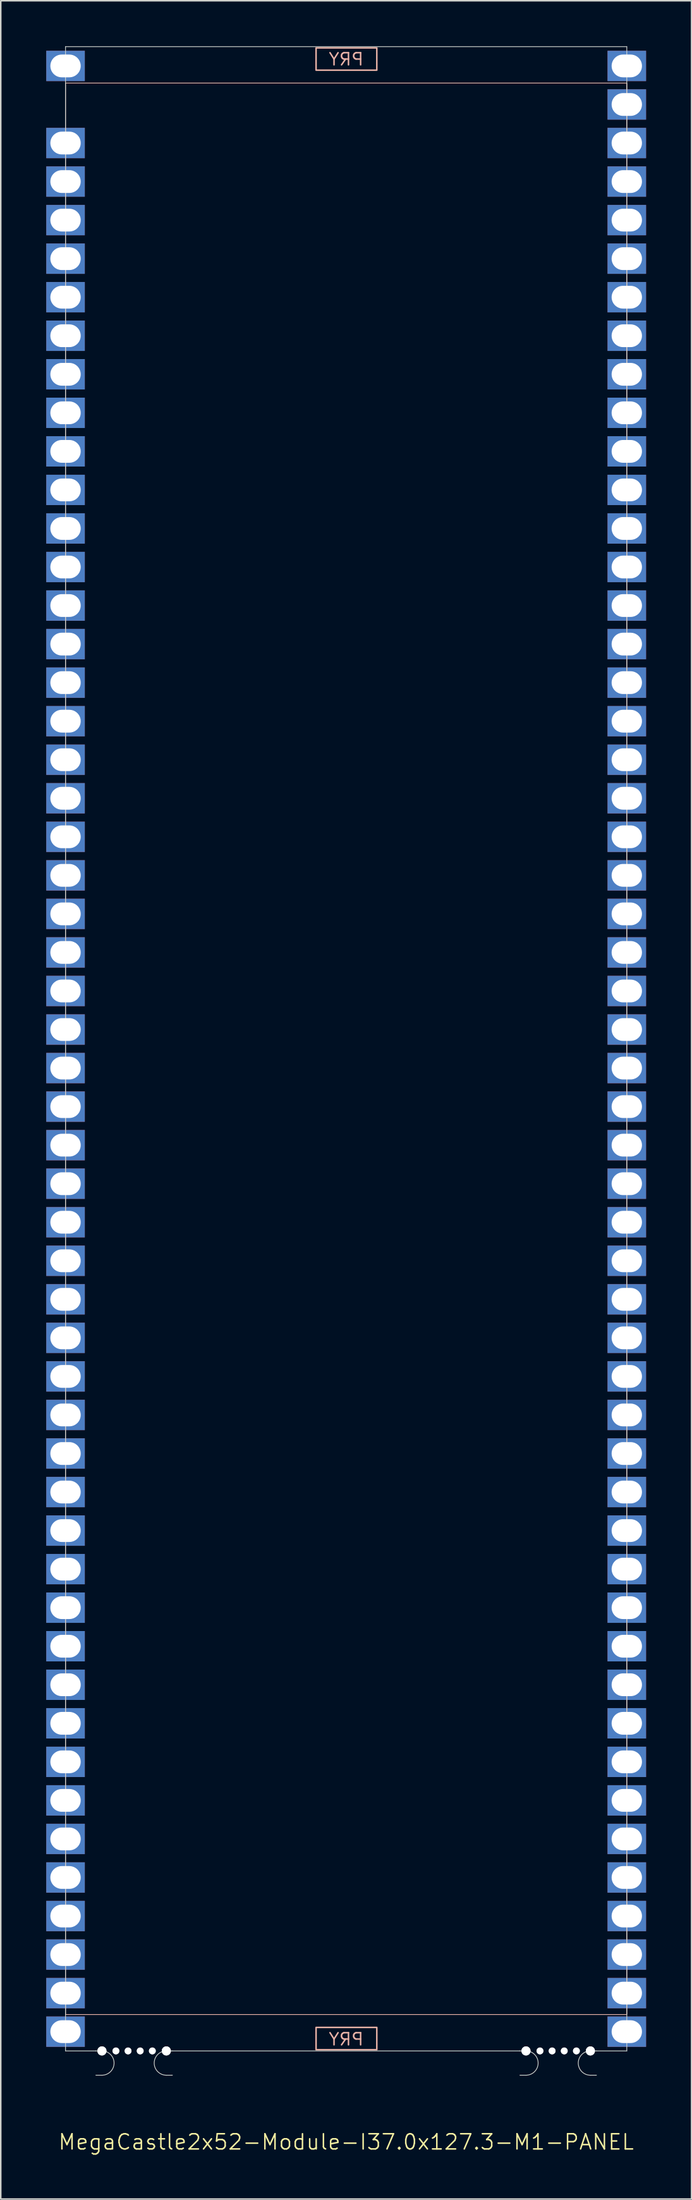
<source format=kicad_pcb>
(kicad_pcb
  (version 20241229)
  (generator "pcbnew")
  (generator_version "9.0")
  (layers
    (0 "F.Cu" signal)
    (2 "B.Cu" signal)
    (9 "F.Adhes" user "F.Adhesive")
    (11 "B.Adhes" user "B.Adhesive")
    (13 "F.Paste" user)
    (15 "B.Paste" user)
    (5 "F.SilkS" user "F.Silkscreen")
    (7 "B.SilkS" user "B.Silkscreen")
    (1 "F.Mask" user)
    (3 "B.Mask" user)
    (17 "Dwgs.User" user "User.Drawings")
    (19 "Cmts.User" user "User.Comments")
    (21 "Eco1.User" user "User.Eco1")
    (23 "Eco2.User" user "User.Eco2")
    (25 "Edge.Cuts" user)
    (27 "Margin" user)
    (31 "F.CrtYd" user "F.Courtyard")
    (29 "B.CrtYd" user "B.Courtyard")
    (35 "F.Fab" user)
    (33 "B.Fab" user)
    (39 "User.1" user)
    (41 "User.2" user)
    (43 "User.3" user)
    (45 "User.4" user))
  (footprint "MegaCastle2x52-Module-I37.0x127.3-M1-PANEL"
    (layer "F.Cu")
    (at 19.77 66.065)
    (property "Reference" "MegaCastle2x52-Module-I37.0x127.3-M1-PANEL" (at 0 72.04 0) (unlocked yes) (layer "F.SilkS") (effects (font (size 1 1) (thickness 0.1))))
    (attr smd)
    (fp_rect (start -18.5 63.64) (end 18.5 -63.64) (stroke (width 0.05) (type default)) (fill no) (layer "B.SilkS"))
    (fp_rect (start -1.984 -64.491) (end 2.02 -65.96) (stroke (width 0.1) (type default)) (fill no) (layer "B.SilkS"))
    (fp_rect (start -1.984 64.491) (end 2.02 65.96) (stroke (width 0.1) (type default)) (fill no) (layer "B.SilkS"))
    (fp_line (start -18.5 -66.04) (end -18.5 66.04) (stroke (width 0.05) (type default)) (layer "Edge.Cuts"))
    (fp_line (start -18.5 -66.04) (end 18.5 -66.04) (stroke (width 0.05) (type default)) (layer "Edge.Cuts"))
    (fp_line (start -18.5 66.04) (end -16.5 66.04) (stroke (width 0.05) (type default)) (layer "Edge.Cuts"))
    (fp_line (start -16.5 66.04) (end -16.1 66.04) (stroke (width 0.05) (type default)) (layer "Edge.Cuts"))
    (fp_line (start -16.5 67.64) (end -16.1 67.64) (stroke (width 0.05) (type default)) (layer "Edge.Cuts"))
    (fp_line (start -11.455 66.04) (end -11.855 66.04) (stroke (width 0.05) (type default)) (layer "Edge.Cuts"))
    (fp_line (start -11.455 66.04) (end 11.455 66.04) (stroke (width 0.05) (type default)) (layer "Edge.Cuts"))
    (fp_line (start -11.455 67.64) (end -11.855 67.64) (stroke (width 0.05) (type default)) (layer "Edge.Cuts"))
    (fp_line (start 11.455 66.04) (end 11.855 66.04) (stroke (width 0.05) (type default)) (layer "Edge.Cuts"))
    (fp_line (start 11.455 67.64) (end 11.855 67.64) (stroke (width 0.05) (type default)) (layer "Edge.Cuts"))
    (fp_line (start 16.5 66.04) (end 16.1 66.04) (stroke (width 0.05) (type default)) (layer "Edge.Cuts"))
    (fp_line (start 16.5 66.04) (end 18.5 66.04) (stroke (width 0.05) (type default)) (layer "Edge.Cuts"))
    (fp_line (start 16.5 67.64) (end 16.1 67.64) (stroke (width 0.05) (type default)) (layer "Edge.Cuts"))
    (fp_line (start 18.5 -66.04) (end 18.5 66.04) (stroke (width 0.05) (type default)) (layer "Edge.Cuts"))
    (fp_arc (start -16.1 66.040001) (mid -15.3 66.839996) (end -16.1 67.639999) (stroke (width 0.05) (type default)) (layer "Edge.Cuts"))
    (fp_arc (start -11.855 67.639999) (mid -12.655 66.84) (end -11.855 66.040001) (stroke (width 0.05) (type default)) (layer "Edge.Cuts"))
    (fp_arc (start 11.855 66.040001) (mid 12.655 66.839996) (end 11.855 67.639999) (stroke (width 0.05) (type default)) (layer "Edge.Cuts"))
    (fp_arc (start 16.1 67.639999) (mid 15.300001 66.84) (end 16.1 66.040001) (stroke (width 0.05) (type default)) (layer "Edge.Cuts"))
    (fp_text user "PRY" (at 0 -64.74 0) (unlocked yes) (layer "B.SilkS") (effects (font (size 0.8 0.8) (thickness 0.1)) (justify bottom mirror)))
    (fp_text user "PRY" (at 0 65.74 0) (unlocked yes) (layer "B.SilkS") (effects (font (size 0.8 0.8) (thickness 0.1)) (justify bottom mirror)))
    (pad "" np_thru_hole circle (at -16.1 66.04) (size 0.6 0.6) (drill 0.6) (layers "*.Cu" "Edge.Cuts"))
    (pad "" np_thru_hole circle (at -15.178 66.04) (size 0.45 0.45) (drill 0.45) (layers "*.Cu" "Edge.Cuts"))
    (pad "" np_thru_hole circle (at -14.378 66.04) (size 0.45 0.45) (drill 0.45) (layers "*.Cu" "Edge.Cuts"))
    (pad "" np_thru_hole circle (at -13.578 66.04) (size 0.45 0.45) (drill 0.45) (layers "*.Cu" "Edge.Cuts"))
    (pad "" np_thru_hole circle (at -12.777 66.04) (size 0.45 0.45) (drill 0.45) (layers "*.Cu" "Edge.Cuts"))
    (pad "" np_thru_hole circle (at -11.855 66.04) (size 0.6 0.6) (drill 0.6) (layers "*.Cu" "Edge.Cuts"))
    (pad "" np_thru_hole circle (at 11.855 66.04) (size 0.6 0.6) (drill 0.6) (layers "*.Cu" "Edge.Cuts"))
    (pad "" np_thru_hole circle (at 12.777 66.04) (size 0.45 0.45) (drill 0.45) (layers "*.Cu" "Edge.Cuts"))
    (pad "" np_thru_hole circle (at 13.577 66.04) (size 0.45 0.45) (drill 0.45) (layers "*.Cu" "Edge.Cuts"))
    (pad "" np_thru_hole circle (at 14.377 66.04) (size 0.45 0.45) (drill 0.45) (layers "*.Cu" "Edge.Cuts"))
    (pad "" np_thru_hole circle (at 15.178 66.04) (size 0.45 0.45) (drill 0.45) (layers "*.Cu" "Edge.Cuts"))
    (pad "" np_thru_hole circle (at 16.1 66.04) (size 0.6 0.6) (drill 0.6) (layers "*.Cu" "Edge.Cuts"))
    (pad "1" thru_hole rect (at -18.5 -64.77) (size 2.54 2) (drill oval 2 1.5) (property pad_prop_castellated) (layers "*.Cu" "*.Mask"))
    (pad "3" thru_hole rect (at -18.5 -59.69) (size 2.54 2) (drill oval 2 1.5) (property pad_prop_castellated) (layers "*.Cu" "*.Mask"))
    (pad "4" thru_hole rect (at -18.5 -57.15) (size 2.54 2) (drill oval 2 1.5) (property pad_prop_castellated) (layers "*.Cu" "*.Mask"))
    (pad "5" thru_hole rect (at -18.5 -54.61) (size 2.54 2) (drill oval 2 1.5) (property pad_prop_castellated) (layers "*.Cu" "*.Mask"))
    (pad "6" thru_hole rect (at -18.5 -52.07) (size 2.54 2) (drill oval 2 1.5) (property pad_prop_castellated) (layers "*.Cu" "*.Mask"))
    (pad "7" thru_hole rect (at -18.5 -49.53) (size 2.54 2) (drill oval 2 1.5) (property pad_prop_castellated) (layers "*.Cu" "*.Mask"))
    (pad "8" thru_hole rect (at -18.5 -46.99) (size 2.54 2) (drill oval 2 1.5) (property pad_prop_castellated) (layers "*.Cu" "*.Mask"))
    (pad "9" thru_hole rect (at -18.5 -44.45) (size 2.54 2) (drill oval 2 1.5) (property pad_prop_castellated) (layers "*.Cu" "*.Mask"))
    (pad "10" thru_hole rect (at -18.5 -41.91) (size 2.54 2) (drill oval 2 1.5) (property pad_prop_castellated) (layers "*.Cu" "*.Mask"))
    (pad "11" thru_hole rect (at -18.5 -39.37) (size 2.54 2) (drill oval 2 1.5) (property pad_prop_castellated) (layers "*.Cu" "*.Mask"))
    (pad "12" thru_hole rect (at -18.5 -36.83) (size 2.54 2) (drill oval 2 1.5) (property pad_prop_castellated) (layers "*.Cu" "*.Mask"))
    (pad "13" thru_hole rect (at -18.5 -34.29) (size 2.54 2) (drill oval 2 1.5) (property pad_prop_castellated) (layers "*.Cu" "*.Mask"))
    (pad "14" thru_hole rect (at -18.5 -31.75) (size 2.54 2) (drill oval 2 1.5) (property pad_prop_castellated) (layers "*.Cu" "*.Mask"))
    (pad "15" thru_hole rect (at -18.5 -29.21) (size 2.54 2) (drill oval 2 1.5) (property pad_prop_castellated) (layers "*.Cu" "*.Mask"))
    (pad "16" thru_hole rect (at -18.5 -26.67) (size 2.54 2) (drill oval 2 1.5) (property pad_prop_castellated) (layers "*.Cu" "*.Mask"))
    (pad "17" thru_hole rect (at -18.5 -24.13) (size 2.54 2) (drill oval 2 1.5) (property pad_prop_castellated) (layers "*.Cu" "*.Mask"))
    (pad "18" thru_hole rect (at -18.5 -21.59) (size 2.54 2) (drill oval 2 1.5) (property pad_prop_castellated) (layers "*.Cu" "*.Mask"))
    (pad "19" thru_hole rect (at -18.5 -19.05) (size 2.54 2) (drill oval 2 1.5) (property pad_prop_castellated) (layers "*.Cu" "*.Mask"))
    (pad "20" thru_hole rect (at -18.5 -16.51) (size 2.54 2) (drill oval 2 1.5) (property pad_prop_castellated) (layers "*.Cu" "*.Mask"))
    (pad "21" thru_hole rect (at -18.5 -13.97) (size 2.54 2) (drill oval 2 1.5) (property pad_prop_castellated) (layers "*.Cu" "*.Mask"))
    (pad "22" thru_hole rect (at -18.5 -11.43) (size 2.54 2) (drill oval 2 1.5) (property pad_prop_castellated) (layers "*.Cu" "*.Mask"))
    (pad "23" thru_hole rect (at -18.5 -8.89) (size 2.54 2) (drill oval 2 1.5) (property pad_prop_castellated) (layers "*.Cu" "*.Mask"))
    (pad "24" thru_hole rect (at -18.5 -6.35) (size 2.54 2) (drill oval 2 1.5) (property pad_prop_castellated) (layers "*.Cu" "*.Mask"))
    (pad "25" thru_hole rect (at -18.5 -3.81) (size 2.54 2) (drill oval 2 1.5) (property pad_prop_castellated) (layers "*.Cu" "*.Mask"))
    (pad "26" thru_hole rect (at -18.5 -1.27) (size 2.54 2) (drill oval 2 1.5) (property pad_prop_castellated) (layers "*.Cu" "*.Mask"))
    (pad "27" thru_hole rect (at -18.5 1.27) (size 2.54 2) (drill oval 2 1.5) (property pad_prop_castellated) (layers "*.Cu" "*.Mask"))
    (pad "28" thru_hole rect (at -18.5 3.81) (size 2.54 2) (drill oval 2 1.5) (property pad_prop_castellated) (layers "*.Cu" "*.Mask"))
    (pad "29" thru_hole rect (at -18.5 6.35) (size 2.54 2) (drill oval 2 1.5) (property pad_prop_castellated) (layers "*.Cu" "*.Mask"))
    (pad "30" thru_hole rect (at -18.5 8.89) (size 2.54 2) (drill oval 2 1.5) (property pad_prop_castellated) (layers "*.Cu" "*.Mask"))
    (pad "31" thru_hole rect (at -18.5 11.43) (size 2.54 2) (drill oval 2 1.5) (property pad_prop_castellated) (layers "*.Cu" "*.Mask"))
    (pad "32" thru_hole rect (at -18.5 13.97) (size 2.54 2) (drill oval 2 1.5) (property pad_prop_castellated) (layers "*.Cu" "*.Mask"))
    (pad "33" thru_hole rect (at -18.5 16.51) (size 2.54 2) (drill oval 2 1.5) (property pad_prop_castellated) (layers "*.Cu" "*.Mask"))
    (pad "34" thru_hole rect (at -18.5 19.05) (size 2.54 2) (drill oval 2 1.5) (property pad_prop_castellated) (layers "*.Cu" "*.Mask"))
    (pad "35" thru_hole rect (at -18.5 21.59) (size 2.54 2) (drill oval 2 1.5) (property pad_prop_castellated) (layers "*.Cu" "*.Mask"))
    (pad "36" thru_hole rect (at -18.5 24.13) (size 2.54 2) (drill oval 2 1.5) (property pad_prop_castellated) (layers "*.Cu" "*.Mask"))
    (pad "37" thru_hole rect (at -18.5 26.67) (size 2.54 2) (drill oval 2 1.5) (property pad_prop_castellated) (layers "*.Cu" "*.Mask"))
    (pad "38" thru_hole rect (at -18.5 29.21) (size 2.54 2) (drill oval 2 1.5) (property pad_prop_castellated) (layers "*.Cu" "*.Mask"))
    (pad "39" thru_hole rect (at -18.5 31.75) (size 2.54 2) (drill oval 2 1.5) (property pad_prop_castellated) (layers "*.Cu" "*.Mask"))
    (pad "40" thru_hole rect (at -18.5 34.29) (size 2.54 2) (drill oval 2 1.5) (property pad_prop_castellated) (layers "*.Cu" "*.Mask"))
    (pad "41" thru_hole rect (at -18.5 36.83) (size 2.54 2) (drill oval 2 1.5) (property pad_prop_castellated) (layers "*.Cu" "*.Mask"))
    (pad "42" thru_hole rect (at -18.5 39.37) (size 2.54 2) (drill oval 2 1.5) (property pad_prop_castellated) (layers "*.Cu" "*.Mask"))
    (pad "43" thru_hole rect (at -18.5 41.91) (size 2.54 2) (drill oval 2 1.5) (property pad_prop_castellated) (layers "*.Cu" "*.Mask"))
    (pad "44" thru_hole rect (at -18.5 44.45) (size 2.54 2) (drill oval 2 1.5) (property pad_prop_castellated) (layers "*.Cu" "*.Mask"))
    (pad "45" thru_hole rect (at -18.5 46.99) (size 2.54 2) (drill oval 2 1.5) (property pad_prop_castellated) (layers "*.Cu" "*.Mask"))
    (pad "46" thru_hole rect (at -18.5 49.53) (size 2.54 2) (drill oval 2 1.5) (property pad_prop_castellated) (layers "*.Cu" "*.Mask"))
    (pad "47" thru_hole rect (at -18.5 52.07) (size 2.54 2) (drill oval 2 1.5) (property pad_prop_castellated) (layers "*.Cu" "*.Mask"))
    (pad "48" thru_hole rect (at -18.5 54.61) (size 2.54 2) (drill oval 2 1.5) (property pad_prop_castellated) (layers "*.Cu" "*.Mask"))
    (pad "49" thru_hole rect (at -18.5 57.15) (size 2.54 2) (drill oval 2 1.5) (property pad_prop_castellated) (layers "*.Cu" "*.Mask"))
    (pad "50" thru_hole rect (at -18.5 59.69) (size 2.54 2) (drill oval 2 1.5) (property pad_prop_castellated) (layers "*.Cu" "*.Mask"))
    (pad "51" thru_hole rect (at -18.5 62.23) (size 2.54 2) (drill oval 2 1.5) (property pad_prop_castellated) (layers "*.Cu" "*.Mask"))
    (pad "52" thru_hole rect (at -18.5 64.77) (size 2.54 2) (drill oval 2 1.5) (property pad_prop_castellated) (layers "*.Cu" "*.Mask"))
    (pad "53" thru_hole rect (at 18.5 -64.77) (size 2.54 2) (drill oval 2 1.5) (property pad_prop_castellated) (layers "*.Cu" "*.Mask"))
    (pad "54" thru_hole rect (at 18.5 -62.23) (size 2.54 2) (drill oval 2 1.5) (property pad_prop_castellated) (layers "*.Cu" "*.Mask"))
    (pad "55" thru_hole rect (at 18.5 -59.69) (size 2.54 2) (drill oval 2 1.5) (property pad_prop_castellated) (layers "*.Cu" "*.Mask"))
    (pad "56" thru_hole rect (at 18.5 -57.15) (size 2.54 2) (drill oval 2 1.5) (property pad_prop_castellated) (layers "*.Cu" "*.Mask"))
    (pad "57" thru_hole rect (at 18.5 -54.61) (size 2.54 2) (drill oval 2 1.5) (property pad_prop_castellated) (layers "*.Cu" "*.Mask"))
    (pad "58" thru_hole rect (at 18.5 -52.07) (size 2.54 2) (drill oval 2 1.5) (property pad_prop_castellated) (layers "*.Cu" "*.Mask"))
    (pad "59" thru_hole rect (at 18.5 -49.53) (size 2.54 2) (drill oval 2 1.5) (property pad_prop_castellated) (layers "*.Cu" "*.Mask"))
    (pad "60" thru_hole rect (at 18.5 -46.99) (size 2.54 2) (drill oval 2 1.5) (property pad_prop_castellated) (layers "*.Cu" "*.Mask"))
    (pad "61" thru_hole rect (at 18.5 -44.45) (size 2.54 2) (drill oval 2 1.5) (property pad_prop_castellated) (layers "*.Cu" "*.Mask"))
    (pad "62" thru_hole rect (at 18.5 -41.91) (size 2.54 2) (drill oval 2 1.5) (property pad_prop_castellated) (layers "*.Cu" "*.Mask"))
    (pad "63" thru_hole rect (at 18.5 -39.37) (size 2.54 2) (drill oval 2 1.5) (property pad_prop_castellated) (layers "*.Cu" "*.Mask"))
    (pad "64" thru_hole rect (at 18.5 -36.83) (size 2.54 2) (drill oval 2 1.5) (property pad_prop_castellated) (layers "*.Cu" "*.Mask"))
    (pad "65" thru_hole rect (at 18.5 -34.29) (size 2.54 2) (drill oval 2 1.5) (property pad_prop_castellated) (layers "*.Cu" "*.Mask"))
    (pad "66" thru_hole rect (at 18.5 -31.75) (size 2.54 2) (drill oval 2 1.5) (property pad_prop_castellated) (layers "*.Cu" "*.Mask"))
    (pad "67" thru_hole rect (at 18.5 -29.21) (size 2.54 2) (drill oval 2 1.5) (property pad_prop_castellated) (layers "*.Cu" "*.Mask"))
    (pad "68" thru_hole rect (at 18.5 -26.67) (size 2.54 2) (drill oval 2 1.5) (property pad_prop_castellated) (layers "*.Cu" "*.Mask"))
    (pad "69" thru_hole rect (at 18.5 -24.13) (size 2.54 2) (drill oval 2 1.5) (property pad_prop_castellated) (layers "*.Cu" "*.Mask"))
    (pad "70" thru_hole rect (at 18.5 -21.59) (size 2.54 2) (drill oval 2 1.5) (property pad_prop_castellated) (layers "*.Cu" "*.Mask"))
    (pad "71" thru_hole rect (at 18.5 -19.05) (size 2.54 2) (drill oval 2 1.5) (property pad_prop_castellated) (layers "*.Cu" "*.Mask"))
    (pad "72" thru_hole rect (at 18.5 -16.51) (size 2.54 2) (drill oval 2 1.5) (property pad_prop_castellated) (layers "*.Cu" "*.Mask"))
    (pad "73" thru_hole rect (at 18.5 -13.97) (size 2.54 2) (drill oval 2 1.5) (property pad_prop_castellated) (layers "*.Cu" "*.Mask"))
    (pad "74" thru_hole rect (at 18.5 -11.43) (size 2.54 2) (drill oval 2 1.5) (property pad_prop_castellated) (layers "*.Cu" "*.Mask"))
    (pad "75" thru_hole rect (at 18.5 -8.89) (size 2.54 2) (drill oval 2 1.5) (property pad_prop_castellated) (layers "*.Cu" "*.Mask"))
    (pad "76" thru_hole rect (at 18.5 -6.35) (size 2.54 2) (drill oval 2 1.5) (property pad_prop_castellated) (layers "*.Cu" "*.Mask"))
    (pad "77" thru_hole rect (at 18.5 -3.81) (size 2.54 2) (drill oval 2 1.5) (property pad_prop_castellated) (layers "*.Cu" "*.Mask"))
    (pad "78" thru_hole rect (at 18.5 -1.27) (size 2.54 2) (drill oval 2 1.5) (property pad_prop_castellated) (layers "*.Cu" "*.Mask"))
    (pad "79" thru_hole rect (at 18.5 1.27) (size 2.54 2) (drill oval 2 1.5) (property pad_prop_castellated) (layers "*.Cu" "*.Mask"))
    (pad "80" thru_hole rect (at 18.5 3.81) (size 2.54 2) (drill oval 2 1.5) (property pad_prop_castellated) (layers "*.Cu" "*.Mask"))
    (pad "81" thru_hole rect (at 18.5 6.35) (size 2.54 2) (drill oval 2 1.5) (property pad_prop_castellated) (layers "*.Cu" "*.Mask"))
    (pad "82" thru_hole rect (at 18.5 8.89) (size 2.54 2) (drill oval 2 1.5) (property pad_prop_castellated) (layers "*.Cu" "*.Mask"))
    (pad "83" thru_hole rect (at 18.5 11.43) (size 2.54 2) (drill oval 2 1.5) (property pad_prop_castellated) (layers "*.Cu" "*.Mask"))
    (pad "84" thru_hole rect (at 18.5 13.97) (size 2.54 2) (drill oval 2 1.5) (property pad_prop_castellated) (layers "*.Cu" "*.Mask"))
    (pad "85" thru_hole rect (at 18.5 16.51) (size 2.54 2) (drill oval 2 1.5) (property pad_prop_castellated) (layers "*.Cu" "*.Mask"))
    (pad "86" thru_hole rect (at 18.5 19.05) (size 2.54 2) (drill oval 2 1.5) (property pad_prop_castellated) (layers "*.Cu" "*.Mask"))
    (pad "87" thru_hole rect (at 18.5 21.59) (size 2.54 2) (drill oval 2 1.5) (property pad_prop_castellated) (layers "*.Cu" "*.Mask"))
    (pad "88" thru_hole rect (at 18.5 24.13) (size 2.54 2) (drill oval 2 1.5) (property pad_prop_castellated) (layers "*.Cu" "*.Mask"))
    (pad "89" thru_hole rect (at 18.5 26.67) (size 2.54 2) (drill oval 2 1.5) (property pad_prop_castellated) (layers "*.Cu" "*.Mask"))
    (pad "90" thru_hole rect (at 18.5 29.21) (size 2.54 2) (drill oval 2 1.5) (property pad_prop_castellated) (layers "*.Cu" "*.Mask"))
    (pad "91" thru_hole rect (at 18.5 31.75) (size 2.54 2) (drill oval 2 1.5) (property pad_prop_castellated) (layers "*.Cu" "*.Mask"))
    (pad "92" thru_hole rect (at 18.5 34.29) (size 2.54 2) (drill oval 2 1.5) (property pad_prop_castellated) (layers "*.Cu" "*.Mask"))
    (pad "93" thru_hole rect (at 18.5 36.83) (size 2.54 2) (drill oval 2 1.5) (property pad_prop_castellated) (layers "*.Cu" "*.Mask"))
    (pad "94" thru_hole rect (at 18.5 39.37) (size 2.54 2) (drill oval 2 1.5) (property pad_prop_castellated) (layers "*.Cu" "*.Mask"))
    (pad "95" thru_hole rect (at 18.5 41.91) (size 2.54 2) (drill oval 2 1.5) (property pad_prop_castellated) (layers "*.Cu" "*.Mask"))
    (pad "96" thru_hole rect (at 18.5 44.45) (size 2.54 2) (drill oval 2 1.5) (property pad_prop_castellated) (layers "*.Cu" "*.Mask"))
    (pad "97" thru_hole rect (at 18.5 46.99) (size 2.54 2) (drill oval 2 1.5) (property pad_prop_castellated) (layers "*.Cu" "*.Mask"))
    (pad "98" thru_hole rect (at 18.5 49.53) (size 2.54 2) (drill oval 2 1.5) (property pad_prop_castellated) (layers "*.Cu" "*.Mask"))
    (pad "99" thru_hole rect (at 18.5 52.07) (size 2.54 2) (drill oval 2 1.5) (property pad_prop_castellated) (layers "*.Cu" "*.Mask"))
    (pad "100" thru_hole rect (at 18.5 54.61) (size 2.54 2) (drill oval 2 1.5) (property pad_prop_castellated) (layers "*.Cu" "*.Mask"))
    (pad "101" thru_hole rect (at 18.5 57.15) (size 2.54 2) (drill oval 2 1.5) (property pad_prop_castellated) (layers "*.Cu" "*.Mask"))
    (pad "102" thru_hole rect (at 18.5 59.69) (size 2.54 2) (drill oval 2 1.5) (property pad_prop_castellated) (layers "*.Cu" "*.Mask"))
    (pad "103" thru_hole rect (at 18.5 62.23) (size 2.54 2) (drill oval 2 1.5) (property pad_prop_castellated) (layers "*.Cu" "*.Mask"))
    (pad "104" thru_hole rect (at 18.5 64.77) (size 2.54 2) (drill oval 2 1.5) (property pad_prop_castellated) (layers "*.Cu" "*.Mask"))
    (zone (net_name "") (layer "B.Cu") (hatch edge 0.5) (connect_pads) (min_thickness 0.25) (filled_areas_thickness no) (keepout (tracks allowed) (vias allowed) (pads allowed) (copperpour allowed) (footprints not_allowed)) (placement (enabled no)) (fill) (polygon (pts (xy 1.27 132.105) (xy 1.27 0.025))))
    (zone (net_name "") (layer "B.Cu") (hatch edge 0.5) (connect_pads) (min_thickness 0.25) (filled_areas_thickness no) (keepout (tracks allowed) (vias allowed) (pads allowed) (copperpour allowed) (footprints not_allowed)) (placement (enabled no)) (fill) (polygon (pts (xy 38.27 132.105) (xy 38.27 0.025))))
    (zone (net_name "") (layer "B.Cu") (hatch edge 0.5) (connect_pads) (min_thickness 0.25) (filled_areas_thickness no) (keepout (tracks allowed) (vias allowed) (pads allowed) (copperpour allowed) (footprints not_allowed)) (placement (enabled no)) (fill) (polygon (pts (xy 1.27 0.025) (xy 1.27 2.425) (xy 38.27 2.425) (xy 38.27 0.025))))
    (zone (net_name "") (layer "B.Cu") (hatch edge 0.5) (connect_pads) (min_thickness 0.25) (filled_areas_thickness no) (keepout (tracks allowed) (vias allowed) (pads allowed) (copperpour allowed) (footprints not_allowed)) (placement (enabled no)) (fill) (polygon (pts (xy 1.27 132.105) (xy 1.27 129.705) (xy 38.27 129.705) (xy 38.27 132.105))))
    (zone (net_name "") (layer "B.Cu") (name "Upper Pry Zone") (hatch edge 0.5) (connect_pads) (min_thickness 0.25) (filled_areas_thickness no) (keepout (tracks not_allowed) (vias not_allowed) (pads not_allowed) (copperpour allowed) (footprints not_allowed)) (placement (enabled no)) (fill) (polygon (pts (xy 17.786 1.574) (xy 17.786 0.105) (xy 21.79 0.105) (xy 21.79 1.574))))
    (zone (net_name "") (layer "B.Cu") (name "Upper Pry Zone") (hatch edge 0.5) (connect_pads) (min_thickness 0.25) (filled_areas_thickness no) (keepout (tracks not_allowed) (vias not_allowed) (pads not_allowed) (copperpour allowed) (footprints not_allowed)) (placement (enabled no)) (fill) (polygon (pts (xy 17.786 130.556) (xy 17.786 132.025) (xy 21.79 132.025) (xy 21.79 130.556)))))
  (gr_rect
    (start -3 -3)
    (end 42.54 141.866)
    (stroke (width 0.1) (type default))
    (fill no)
    (layer "Edge.Cuts")))
</source>
